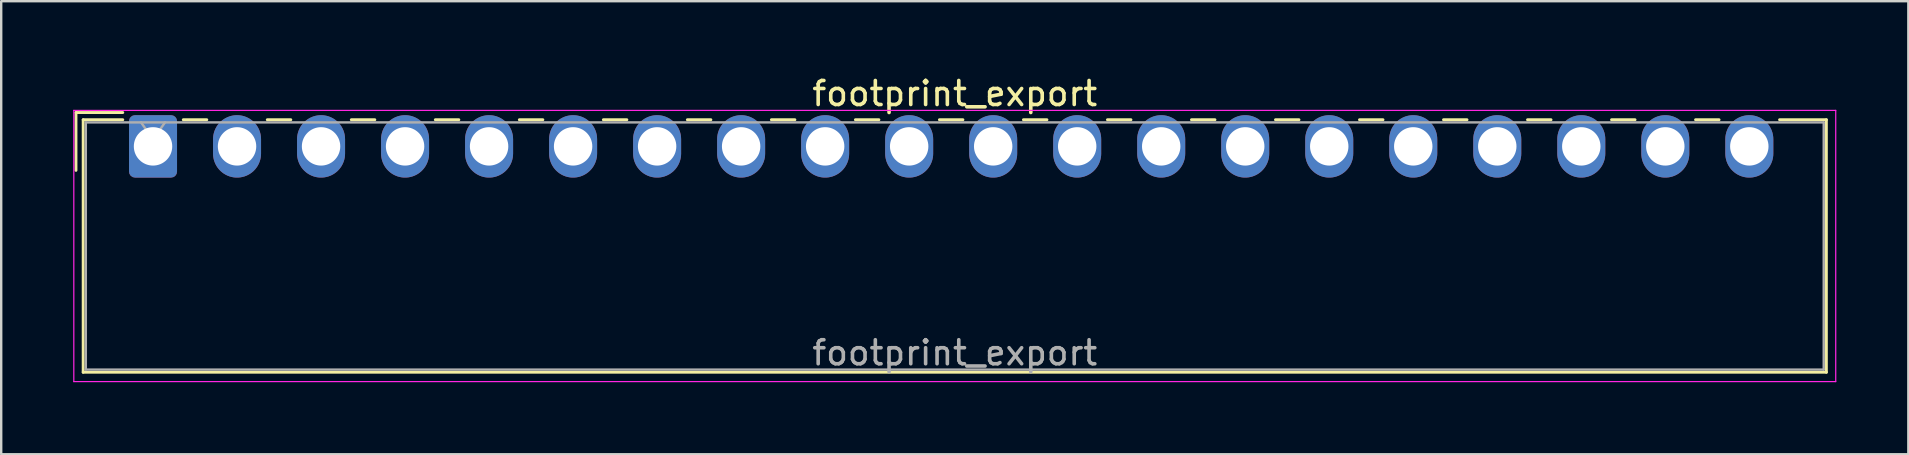
<source format=kicad_pcb>
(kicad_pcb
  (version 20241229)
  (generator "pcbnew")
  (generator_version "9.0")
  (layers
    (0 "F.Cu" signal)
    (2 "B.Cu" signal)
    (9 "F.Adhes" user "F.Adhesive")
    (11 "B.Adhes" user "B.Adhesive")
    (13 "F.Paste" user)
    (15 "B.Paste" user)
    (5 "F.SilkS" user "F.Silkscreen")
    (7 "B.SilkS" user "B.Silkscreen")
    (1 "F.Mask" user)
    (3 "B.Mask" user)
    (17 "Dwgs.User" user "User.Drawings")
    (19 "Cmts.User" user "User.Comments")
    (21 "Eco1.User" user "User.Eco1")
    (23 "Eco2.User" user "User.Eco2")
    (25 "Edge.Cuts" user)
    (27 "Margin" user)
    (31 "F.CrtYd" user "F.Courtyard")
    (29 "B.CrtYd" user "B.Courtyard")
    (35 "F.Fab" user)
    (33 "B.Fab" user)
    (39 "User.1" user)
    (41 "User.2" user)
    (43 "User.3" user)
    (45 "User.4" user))
  (footprint "footprint_export"
    (layer "F.Cu")
    (at 3.325 3.048)
    (property "Reference" "footprint_export" (at 33.4 -2.2 0) (layer "F.SilkS") (effects (font (size 1 1) (thickness 0.15))))
    (attr through_hole)
    (fp_line (start -3.21 -1.41) (end -1.26 -1.41) (stroke (width 0.12) (type solid)) (layer "F.SilkS"))
    (fp_line (start -3.21 1) (end -3.21 -1.41) (stroke (width 0.12) (type solid)) (layer "F.SilkS"))
    (fp_line (start -2.91 -1.11) (end -2.91 9.41) (stroke (width 0.12) (type solid)) (layer "F.SilkS"))
    (fp_line (start -2.91 9.41) (end 69.71 9.41) (stroke (width 0.12) (type solid)) (layer "F.SilkS"))
    (fp_line (start -1.26 -1.11) (end -2.91 -1.11) (stroke (width 0.12) (type solid)) (layer "F.SilkS"))
    (fp_line (start 1.26 -1.11) (end 2.24 -1.11) (stroke (width 0.12) (type solid)) (layer "F.SilkS"))
    (fp_line (start 4.76 -1.11) (end 5.74 -1.11) (stroke (width 0.12) (type solid)) (layer "F.SilkS"))
    (fp_line (start 8.26 -1.11) (end 9.24 -1.11) (stroke (width 0.12) (type solid)) (layer "F.SilkS"))
    (fp_line (start 11.76 -1.11) (end 12.74 -1.11) (stroke (width 0.12) (type solid)) (layer "F.SilkS"))
    (fp_line (start 15.26 -1.11) (end 16.24 -1.11) (stroke (width 0.12) (type solid)) (layer "F.SilkS"))
    (fp_line (start 18.76 -1.11) (end 19.74 -1.11) (stroke (width 0.12) (type solid)) (layer "F.SilkS"))
    (fp_line (start 22.26 -1.11) (end 23.24 -1.11) (stroke (width 0.12) (type solid)) (layer "F.SilkS"))
    (fp_line (start 25.76 -1.11) (end 26.74 -1.11) (stroke (width 0.12) (type solid)) (layer "F.SilkS"))
    (fp_line (start 29.26 -1.11) (end 30.24 -1.11) (stroke (width 0.12) (type solid)) (layer "F.SilkS"))
    (fp_line (start 32.76 -1.11) (end 33.74 -1.11) (stroke (width 0.12) (type solid)) (layer "F.SilkS"))
    (fp_line (start 36.26 -1.11) (end 37.24 -1.11) (stroke (width 0.12) (type solid)) (layer "F.SilkS"))
    (fp_line (start 39.76 -1.11) (end 40.74 -1.11) (stroke (width 0.12) (type solid)) (layer "F.SilkS"))
    (fp_line (start 43.26 -1.11) (end 44.24 -1.11) (stroke (width 0.12) (type solid)) (layer "F.SilkS"))
    (fp_line (start 46.76 -1.11) (end 47.74 -1.11) (stroke (width 0.12) (type solid)) (layer "F.SilkS"))
    (fp_line (start 50.26 -1.11) (end 51.24 -1.11) (stroke (width 0.12) (type solid)) (layer "F.SilkS"))
    (fp_line (start 53.76 -1.11) (end 54.74 -1.11) (stroke (width 0.12) (type solid)) (layer "F.SilkS"))
    (fp_line (start 57.26 -1.11) (end 58.24 -1.11) (stroke (width 0.12) (type solid)) (layer "F.SilkS"))
    (fp_line (start 60.76 -1.11) (end 61.74 -1.11) (stroke (width 0.12) (type solid)) (layer "F.SilkS"))
    (fp_line (start 64.26 -1.11) (end 65.24 -1.11) (stroke (width 0.12) (type solid)) (layer "F.SilkS"))
    (fp_line (start 69.71 -1.11) (end 67.76 -1.11) (stroke (width 0.12) (type solid)) (layer "F.SilkS"))
    (fp_line (start 69.71 9.41) (end 69.71 -1.11) (stroke (width 0.12) (type solid)) (layer "F.SilkS"))
    (fp_line (start -3.3 -1.5) (end -3.3 9.8) (stroke (width 0.05) (type solid)) (layer "F.CrtYd"))
    (fp_line (start -3.3 9.8) (end 70.1 9.8) (stroke (width 0.05) (type solid)) (layer "F.CrtYd"))
    (fp_line (start 70.1 -1.5) (end -3.3 -1.5) (stroke (width 0.05) (type solid)) (layer "F.CrtYd"))
    (fp_line (start 70.1 9.8) (end 70.1 -1.5) (stroke (width 0.05) (type solid)) (layer "F.CrtYd"))
    (fp_line (start -2.8 -1) (end -2.8 9.3) (stroke (width 0.1) (type solid)) (layer "F.Fab"))
    (fp_line (start -2.8 9.3) (end 69.6 9.3) (stroke (width 0.1) (type solid)) (layer "F.Fab"))
    (fp_line (start -0.5 -1) (end 0 -0.293) (stroke (width 0.1) (type solid)) (layer "F.Fab"))
    (fp_line (start 0 -0.293) (end 0.5 -1) (stroke (width 0.1) (type solid)) (layer "F.Fab"))
    (fp_line (start 69.6 -1) (end -2.8 -1) (stroke (width 0.1) (type solid)) (layer "F.Fab"))
    (fp_line (start 69.6 9.3) (end 69.6 -1) (stroke (width 0.1) (type solid)) (layer "F.Fab"))
    (fp_text user "${REFERENCE}" (at 33.4 8.6 0) (layer "F.Fab") (effects (font (size 1 1) (thickness 0.15))))
    (pad "1" thru_hole roundrect (at 0 0) (size 2 2.6) (drill 1.6) (layers "*.Cu" "*.Mask") (roundrect_rratio 0.125))
    (pad "2" thru_hole oval (at 3.5 0) (size 2 2.6) (drill 1.6) (layers "*.Cu" "*.Mask"))
    (pad "3" thru_hole oval (at 7 0) (size 2 2.6) (drill 1.6) (layers "*.Cu" "*.Mask"))
    (pad "4" thru_hole oval (at 10.5 0) (size 2 2.6) (drill 1.6) (layers "*.Cu" "*.Mask"))
    (pad "5" thru_hole oval (at 14 0) (size 2 2.6) (drill 1.6) (layers "*.Cu" "*.Mask"))
    (pad "6" thru_hole oval (at 17.5 0) (size 2 2.6) (drill 1.6) (layers "*.Cu" "*.Mask"))
    (pad "7" thru_hole oval (at 21 0) (size 2 2.6) (drill 1.6) (layers "*.Cu" "*.Mask"))
    (pad "8" thru_hole oval (at 24.5 0) (size 2 2.6) (drill 1.6) (layers "*.Cu" "*.Mask"))
    (pad "9" thru_hole oval (at 28 0) (size 2 2.6) (drill 1.6) (layers "*.Cu" "*.Mask"))
    (pad "10" thru_hole oval (at 31.5 0) (size 2 2.6) (drill 1.6) (layers "*.Cu" "*.Mask"))
    (pad "11" thru_hole oval (at 35 0) (size 2 2.6) (drill 1.6) (layers "*.Cu" "*.Mask"))
    (pad "12" thru_hole oval (at 38.5 0) (size 2 2.6) (drill 1.6) (layers "*.Cu" "*.Mask"))
    (pad "13" thru_hole oval (at 42 0) (size 2 2.6) (drill 1.6) (layers "*.Cu" "*.Mask"))
    (pad "14" thru_hole oval (at 45.5 0) (size 2 2.6) (drill 1.6) (layers "*.Cu" "*.Mask"))
    (pad "15" thru_hole oval (at 49 0) (size 2 2.6) (drill 1.6) (layers "*.Cu" "*.Mask"))
    (pad "16" thru_hole oval (at 52.5 0) (size 2 2.6) (drill 1.6) (layers "*.Cu" "*.Mask"))
    (pad "17" thru_hole oval (at 56 0) (size 2 2.6) (drill 1.6) (layers "*.Cu" "*.Mask"))
    (pad "18" thru_hole oval (at 59.5 0) (size 2 2.6) (drill 1.6) (layers "*.Cu" "*.Mask"))
    (pad "19" thru_hole oval (at 63 0) (size 2 2.6) (drill 1.6) (layers "*.Cu" "*.Mask"))
    (pad "20" thru_hole oval (at 66.5 0) (size 2 2.6) (drill 1.6) (layers "*.Cu" "*.Mask")))
  (gr_rect
    (start -3 -3)
    (end 76.45 15.873)
    (stroke (width 0.1) (type default))
    (fill no)
    (layer "Edge.Cuts")))
</source>
